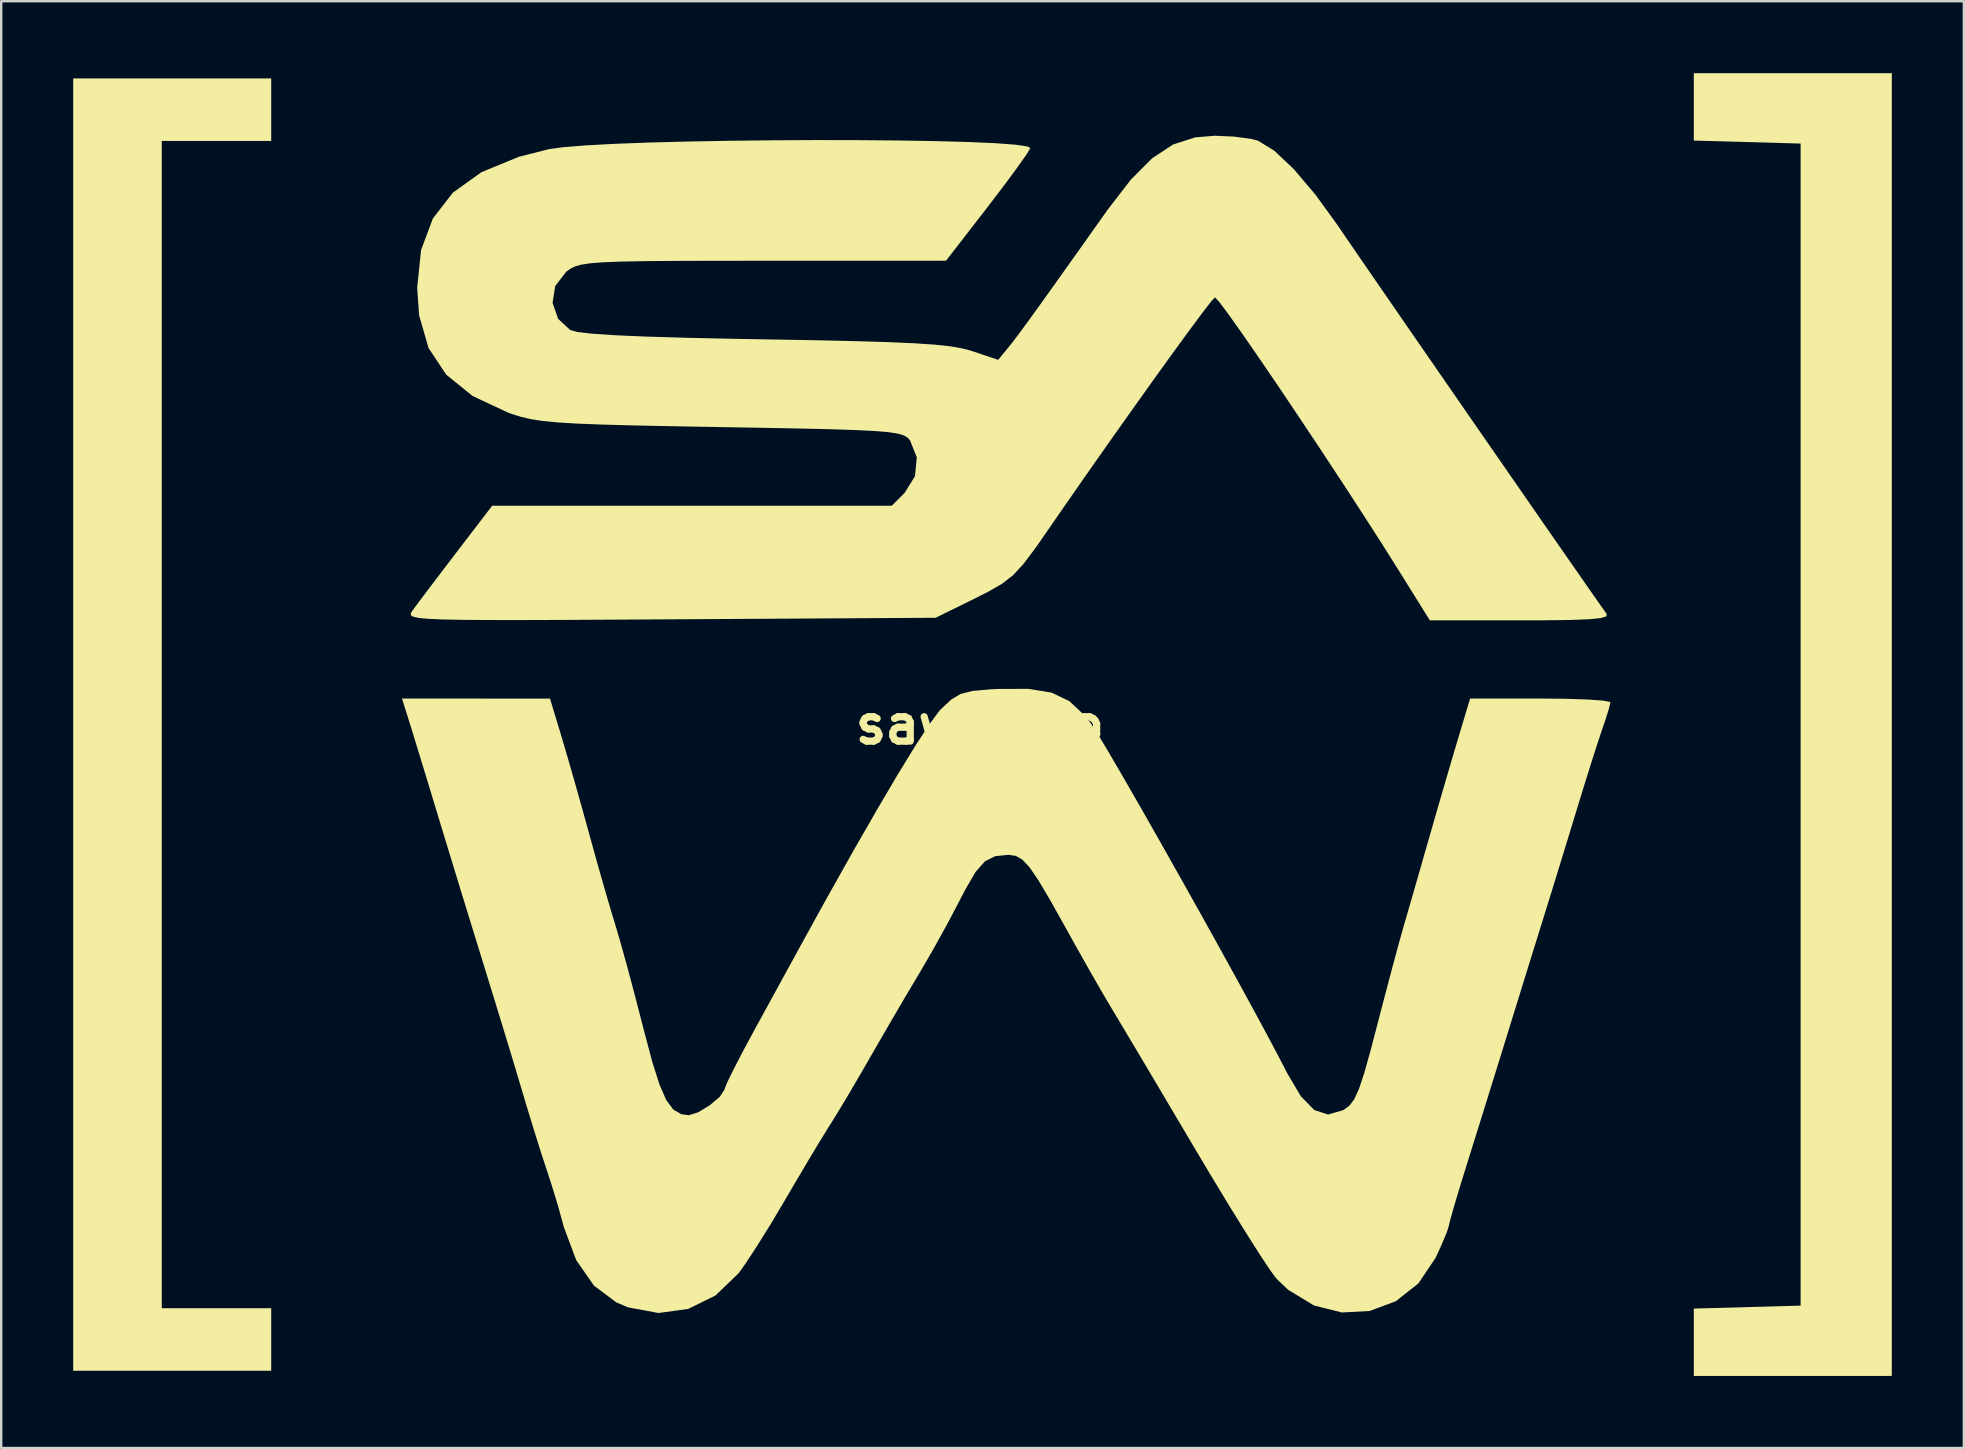
<source format=kicad_pcb>
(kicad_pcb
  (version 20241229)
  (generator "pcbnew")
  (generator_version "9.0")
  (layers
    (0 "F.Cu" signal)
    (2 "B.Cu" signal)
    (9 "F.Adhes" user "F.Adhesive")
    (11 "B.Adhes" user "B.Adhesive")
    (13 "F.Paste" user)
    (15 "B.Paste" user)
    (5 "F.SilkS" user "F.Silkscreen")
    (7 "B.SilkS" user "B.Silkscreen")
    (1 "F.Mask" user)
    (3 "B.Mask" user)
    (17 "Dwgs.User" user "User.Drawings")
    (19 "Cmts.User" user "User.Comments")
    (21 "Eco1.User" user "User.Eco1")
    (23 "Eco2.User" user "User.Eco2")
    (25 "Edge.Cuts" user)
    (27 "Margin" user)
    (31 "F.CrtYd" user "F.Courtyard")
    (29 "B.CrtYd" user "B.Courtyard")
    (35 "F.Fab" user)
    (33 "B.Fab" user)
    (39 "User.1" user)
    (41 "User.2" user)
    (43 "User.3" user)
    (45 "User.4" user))
  (footprint "saw_logo"
    (layer "F.Cu")
    (at 37.774 27.137)
    (property "Reference" "saw_logo" (at 0 0 0) (layer "F.SilkS") (effects (font (size 1.524 1.524) (thickness 0.3))))
    (attr board_only exclude_from_pos_files exclude_from_bom)
    (fp_poly (pts (xy -29.525 -24.315) (xy -34.084 -24.315) (xy -34.084 24.315) (xy -29.525 24.315) (xy -29.525 26.92) (xy -37.774 26.92) (xy -37.774 -26.92) (xy -29.525 -26.92)) (stroke (width 0) (type solid)) (fill yes) (layer "F.SilkS"))
    (fp_poly (pts (xy 37.991 27.137) (xy 29.742 27.137) (xy 29.742 24.33) (xy 31.967 24.268) (xy 34.192 24.206) (xy 34.192 -24.206) (xy 31.967 -24.268) (xy 29.742 -24.33) (xy 29.742 -27.137) (xy 37.991 -27.137)) (stroke (width 0) (type solid)) (fill yes) (layer "F.SilkS"))
    (fp_poly (pts (xy 10.589 -24.496) (xy 11.287 -24.403) (xy 11.592 -24.323) (xy 12.265 -23.908) (xy 13.077 -23.142) (xy 13.985 -22.069) (xy 14.883 -20.83) (xy 15.28 -20.248) (xy 15.86 -19.403) (xy 16.594 -18.338) (xy 17.449 -17.097) (xy 18.396 -15.726) (xy 19.403 -14.269) (xy 20.44 -12.77) (xy 21.476 -11.274) (xy 22.48 -9.825) (xy 23.421 -8.468) (xy 24.269 -7.247) (xy 24.993 -6.206) (xy 25.561 -5.39) (xy 25.944 -4.844) (xy 26.11 -4.613) (xy 26.104 -4.512) (xy 25.877 -4.439) (xy 25.381 -4.388) (xy 24.57 -4.358) (xy 23.398 -4.344) (xy 22.533 -4.342) (xy 18.745 -4.342) (xy 17.459 -6.406) (xy 16.735 -7.555) (xy 15.918 -8.826) (xy 15.042 -10.171) (xy 14.139 -11.543) (xy 13.241 -12.891) (xy 12.382 -14.169) (xy 11.593 -15.327) (xy 10.907 -16.317) (xy 10.357 -17.091) (xy 9.976 -17.601) (xy 9.795 -17.798) (xy 9.791 -17.799) (xy 9.634 -17.628) (xy 9.263 -17.147) (xy 8.712 -16.406) (xy 8.015 -15.45) (xy 7.206 -14.327) (xy 6.32 -13.084) (xy 5.389 -11.77) (xy 4.448 -10.43) (xy 3.531 -9.113) (xy 2.95 -8.271) (xy 2.305 -7.342) (xy 1.812 -6.688) (xy 1.382 -6.224) (xy 0.924 -5.868) (xy 0.345 -5.534) (xy -0.434 -5.143) (xy -1.845 -4.45) (xy -12.897 -4.385) (xy -15.368 -4.371) (xy -17.439 -4.36) (xy -19.144 -4.355) (xy -20.518 -4.356) (xy -21.594 -4.364) (xy -22.406 -4.38) (xy -22.989 -4.406) (xy -23.377 -4.443) (xy -23.604 -4.492) (xy -23.705 -4.554) (xy -23.712 -4.63) (xy -23.661 -4.721) (xy -23.643 -4.747) (xy -23.391 -5.088) (xy -22.941 -5.684) (xy -22.363 -6.446) (xy -21.829 -7.146) (xy -20.32 -9.118) (xy -3.671 -9.118) (xy -3.138 -9.651) (xy -2.705 -10.348) (xy -2.629 -11.132) (xy -2.913 -11.844) (xy -3.015 -11.957) (xy -3.17 -12.049) (xy -3.422 -12.123) (xy -3.814 -12.183) (xy -4.392 -12.231) (xy -5.199 -12.271) (xy -6.279 -12.306) (xy -7.677 -12.338) (xy -9.436 -12.371) (xy -10.783 -12.394) (xy -12.814 -12.43) (xy -14.463 -12.464) (xy -15.777 -12.5) (xy -16.81 -12.541) (xy -17.609 -12.59) (xy -18.227 -12.65) (xy -18.713 -12.727) (xy -19.118 -12.821) (xy -19.493 -12.938) (xy -19.658 -12.997) (xy -21.137 -13.69) (xy -22.235 -14.579) (xy -22.97 -15.689) (xy -23.363 -17.046) (xy -23.444 -18.2) (xy -23.282 -19.769) (xy -22.791 -21.084) (xy -21.957 -22.161) (xy -20.768 -23.013) (xy -19.209 -23.654) (xy -17.966 -23.971) (xy -17.347 -24.056) (xy -16.405 -24.131) (xy -15.191 -24.196) (xy -13.756 -24.249) (xy -12.152 -24.291) (xy -10.429 -24.322) (xy -8.639 -24.342) (xy -6.832 -24.351) (xy -5.06 -24.348) (xy -3.373 -24.334) (xy -1.823 -24.308) (xy -0.461 -24.27) (xy 0.663 -24.22) (xy 1.496 -24.158) (xy 1.989 -24.084) (xy 2.102 -24.015) (xy 1.931 -23.736) (xy 1.546 -23.192) (xy 1.004 -22.458) (xy 0.358 -21.611) (xy 0.288 -21.52) (xy -1.411 -19.326) (xy -9.034 -19.324) (xy -11.057 -19.322) (xy -12.691 -19.318) (xy -13.982 -19.307) (xy -14.976 -19.288) (xy -15.718 -19.259) (xy -16.253 -19.216) (xy -16.628 -19.157) (xy -16.887 -19.08) (xy -17.077 -18.982) (xy -17.23 -18.871) (xy -17.693 -18.272) (xy -17.804 -17.572) (xy -17.572 -16.905) (xy -17.071 -16.439) (xy -16.771 -16.357) (xy -16.161 -16.285) (xy -15.217 -16.221) (xy -13.918 -16.165) (xy -12.241 -16.115) (xy -10.163 -16.07) (xy -9.009 -16.05) (xy -6.904 -16.013) (xy -5.186 -15.975) (xy -3.809 -15.933) (xy -2.725 -15.885) (xy -1.888 -15.829) (xy -1.25 -15.761) (xy -0.766 -15.679) (xy -0.388 -15.581) (xy -0.326 -15.561) (xy 0.76 -15.195) (xy 1.194 -15.723) (xy 1.385 -15.963) (xy 1.641 -16.302) (xy 1.992 -16.779) (xy 2.466 -17.436) (xy 3.094 -18.313) (xy 3.903 -19.45) (xy 4.924 -20.888) (xy 5.317 -21.443) (xy 6.288 -22.702) (xy 7.178 -23.596) (xy 8.053 -24.169) (xy 8.975 -24.465) (xy 9.792 -24.532)) (stroke (width 0) (type solid)) (fill yes) (layer "F.SilkS"))
    (fp_poly (pts (xy 2.98 -1.333) (xy 3.728 -0.976) (xy 4.362 -0.383) (xy 4.629 -0.04) (xy 4.901 0.38) (xy 5.349 1.126) (xy 5.942 2.142) (xy 6.649 3.371) (xy 7.438 4.757) (xy 8.278 6.245) (xy 9.138 7.779) (xy 9.985 9.303) (xy 10.789 10.761) (xy 11.518 12.097) (xy 12.141 13.256) (xy 12.627 14.18) (xy 12.789 14.499) (xy 13.369 15.483) (xy 13.93 16.058) (xy 14.505 16.246) (xy 15.127 16.066) (xy 15.155 16.05) (xy 15.391 15.879) (xy 15.594 15.611) (xy 15.793 15.178) (xy 16.014 14.51) (xy 16.286 13.539) (xy 16.535 12.587) (xy 16.85 11.376) (xy 17.156 10.219) (xy 17.423 9.226) (xy 17.622 8.51) (xy 17.666 8.358) (xy 17.86 7.692) (xy 18.132 6.75) (xy 18.442 5.671) (xy 18.667 4.885) (xy 19.012 3.685) (xy 19.382 2.412) (xy 19.722 1.254) (xy 19.885 0.706) (xy 20.421 -1.085) (xy 23.345 -1.085) (xy 24.415 -1.075) (xy 25.309 -1.045) (xy 25.948 -1) (xy 26.253 -0.946) (xy 26.268 -0.93) (xy 26.201 -0.645) (xy 26.033 -0.117) (xy 25.957 0.101) (xy 25.771 0.655) (xy 25.497 1.506) (xy 25.174 2.537) (xy 24.853 3.582) (xy 24.502 4.732) (xy 24.153 5.871) (xy 23.849 6.858) (xy 23.653 7.49) (xy 23.449 8.144) (xy 23.149 9.11) (xy 22.784 10.284) (xy 22.388 11.563) (xy 22.137 12.374) (xy 21.701 13.784) (xy 21.24 15.266) (xy 20.8 16.681) (xy 20.423 17.887) (xy 20.284 18.331) (xy 19.988 19.288) (xy 19.748 20.091) (xy 19.589 20.652) (xy 19.538 20.876) (xy 19.452 21.15) (xy 19.227 21.686) (xy 18.983 22.218) (xy 18.267 23.283) (xy 17.327 24.024) (xy 16.238 24.43) (xy 15.076 24.492) (xy 13.917 24.2) (xy 12.836 23.545) (xy 12.357 23.086) (xy 12.095 22.734) (xy 11.652 22.064) (xy 11.062 21.135) (xy 10.363 20.005) (xy 9.591 18.73) (xy 8.909 17.585) (xy 8.096 16.211) (xy 7.325 14.909) (xy 6.632 13.742) (xy 6.055 12.772) (xy 5.631 12.063) (xy 5.427 11.723) (xy 5.078 11.131) (xy 4.59 10.281) (xy 4.033 9.295) (xy 3.573 8.467) (xy 2.929 7.316) (xy 2.443 6.496) (xy 2.072 5.952) (xy 1.772 5.629) (xy 1.502 5.472) (xy 1.217 5.428) (xy 1.178 5.427) (xy 0.637 5.482) (xy 0.212 5.694) (xy -0.179 6.137) (xy -0.616 6.886) (xy -0.798 7.24) (xy -1.324 8.243) (xy -1.944 9.363) (xy -2.491 10.306) (xy -3.07 11.278) (xy -3.695 12.343) (xy -4.216 13.243) (xy -4.953 14.523) (xy -5.541 15.525) (xy -6.041 16.35) (xy -6.406 16.933) (xy -6.714 17.433) (xy -7.171 18.196) (xy -7.711 19.109) (xy -8.153 19.864) (xy -8.727 20.828) (xy -9.295 21.738) (xy -9.78 22.478) (xy -10.052 22.857) (xy -11.018 23.786) (xy -12.154 24.344) (xy -13.391 24.514) (xy -14.656 24.28) (xy -15.148 24.072) (xy -16.08 23.373) (xy -16.818 22.312) (xy -17.337 20.927) (xy -17.359 20.841) (xy -17.577 20.049) (xy -17.859 19.126) (xy -18.009 18.67) (xy -18.263 17.896) (xy -18.58 16.888) (xy -18.904 15.829) (xy -18.995 15.522) (xy -19.215 14.786) (xy -19.423 14.089) (xy -19.644 13.359) (xy -19.899 12.524) (xy -20.209 11.512) (xy -20.598 10.25) (xy -21.086 8.667) (xy -21.249 8.141) (xy -21.599 7.001) (xy -22.015 5.641) (xy -22.437 4.258) (xy -22.708 3.365) (xy -23.041 2.267) (xy -23.358 1.229) (xy -23.62 0.373) (xy -23.787 -0.163) (xy -24.077 -1.085) (xy -20.993 -1.084) (xy -17.91 -1.082) (xy -17.434 0.49) (xy -17.175 1.37) (xy -16.85 2.503) (xy -16.507 3.722) (xy -16.277 4.559) (xy -15.961 5.698) (xy -15.639 6.83) (xy -15.353 7.807) (xy -15.185 8.358) (xy -14.977 9.063) (xy -14.699 10.065) (xy -14.385 11.24) (xy -14.069 12.463) (xy -14.016 12.671) (xy -13.66 14.015) (xy -13.353 14.987) (xy -13.067 15.644) (xy -12.772 16.04) (xy -12.439 16.232) (xy -12.132 16.275) (xy -11.742 16.155) (xy -11.257 15.861) (xy -10.837 15.506) (xy -10.639 15.208) (xy -10.638 15.189) (xy -10.539 14.932) (xy -10.27 14.379) (xy -9.873 13.612) (xy -9.415 12.762) (xy -8.859 11.747) (xy -8.314 10.751) (xy -7.851 9.905) (xy -7.599 9.444) (xy -6.41 7.286) (xy -5.306 5.32) (xy -4.304 3.575) (xy -3.425 2.084) (xy -2.685 0.877) (xy -2.103 -0.015) (xy -1.698 -0.562) (xy -1.62 -0.647) (xy -1.197 -1.041) (xy -0.807 -1.276) (xy -0.31 -1.401) (xy 0.436 -1.468) (xy 0.741 -1.484) (xy 2.018 -1.489)) (stroke (width 0) (type solid)) (fill yes) (layer "F.SilkS")))
  (gr_rect
    (start -3 -3)
    (end 78.766 57.274)
    (stroke (width 0.1) (type default))
    (fill no)
    (layer "Edge.Cuts")))
</source>
